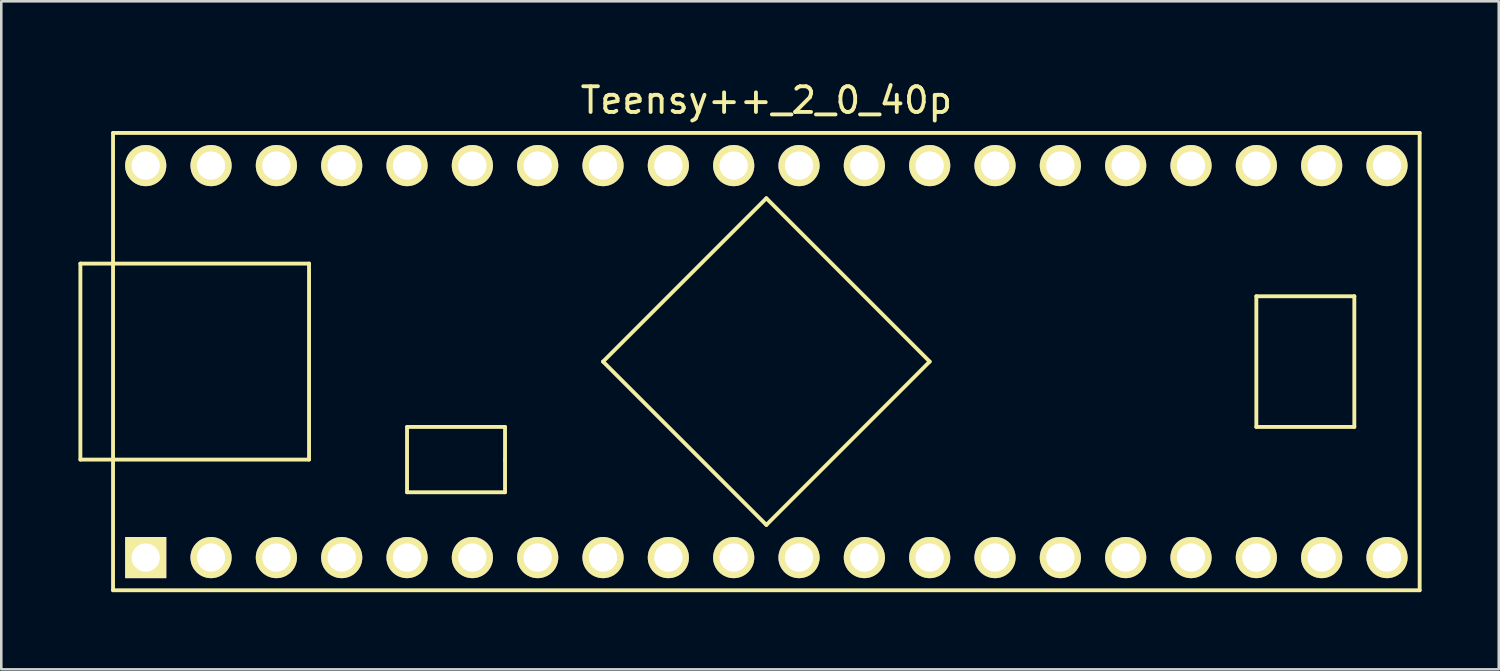
<source format=kicad_pcb>
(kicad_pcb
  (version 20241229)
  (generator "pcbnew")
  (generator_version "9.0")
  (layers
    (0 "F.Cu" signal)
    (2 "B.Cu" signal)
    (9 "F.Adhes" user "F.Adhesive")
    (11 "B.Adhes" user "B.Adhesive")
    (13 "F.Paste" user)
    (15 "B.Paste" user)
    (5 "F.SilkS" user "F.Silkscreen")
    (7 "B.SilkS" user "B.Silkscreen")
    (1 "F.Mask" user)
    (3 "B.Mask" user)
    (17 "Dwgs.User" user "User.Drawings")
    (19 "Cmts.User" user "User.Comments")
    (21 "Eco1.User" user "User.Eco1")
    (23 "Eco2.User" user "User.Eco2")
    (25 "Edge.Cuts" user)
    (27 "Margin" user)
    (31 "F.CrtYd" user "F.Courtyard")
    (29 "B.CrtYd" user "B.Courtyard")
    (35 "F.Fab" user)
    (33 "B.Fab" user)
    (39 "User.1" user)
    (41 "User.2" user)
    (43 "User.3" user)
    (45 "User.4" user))
  (footprint "Teensy++_2_0_40p"
    (layer "F.Cu")
    (at 26.745 11.008)
    (property "Reference" "Teensy++_2_0_40p" (at 0 -10.16 0) (layer "F.SilkS") (effects (font (size 1 1) (thickness 0.15))))
    (attr through_hole)
    (fp_line (start -26.67 -3.81) (end -26.67 3.81) (stroke (width 0.15) (type solid)) (layer "F.SilkS"))
    (fp_line (start -25.4 -8.89) (end 25.4 -8.89) (stroke (width 0.15) (type solid)) (layer "F.SilkS"))
    (fp_line (start -25.4 8.89) (end -25.4 -8.89) (stroke (width 0.15) (type solid)) (layer "F.SilkS"))
    (fp_line (start -17.78 -3.81) (end -26.67 -3.81) (stroke (width 0.15) (type solid)) (layer "F.SilkS"))
    (fp_line (start -17.78 3.81) (end -26.67 3.81) (stroke (width 0.15) (type solid)) (layer "F.SilkS"))
    (fp_line (start -17.78 3.81) (end -17.78 -3.81) (stroke (width 0.15) (type solid)) (layer "F.SilkS"))
    (fp_line (start -13.97 2.54) (end -13.97 5.08) (stroke (width 0.15) (type solid)) (layer "F.SilkS"))
    (fp_line (start -13.97 5.08) (end -10.16 5.08) (stroke (width 0.15) (type solid)) (layer "F.SilkS"))
    (fp_line (start -10.16 2.54) (end -13.97 2.54) (stroke (width 0.15) (type solid)) (layer "F.SilkS"))
    (fp_line (start -10.16 3.81) (end -10.16 2.54) (stroke (width 0.15) (type solid)) (layer "F.SilkS"))
    (fp_line (start -10.16 5.08) (end -10.16 3.81) (stroke (width 0.15) (type solid)) (layer "F.SilkS"))
    (fp_line (start -6.35 0) (end 0 -6.35) (stroke (width 0.15) (type solid)) (layer "F.SilkS"))
    (fp_line (start 0 -6.35) (end 6.35 0) (stroke (width 0.15) (type solid)) (layer "F.SilkS"))
    (fp_line (start 0 6.35) (end -6.35 0) (stroke (width 0.15) (type solid)) (layer "F.SilkS"))
    (fp_line (start 6.35 0) (end 0 6.35) (stroke (width 0.15) (type solid)) (layer "F.SilkS"))
    (fp_line (start 19.05 -2.54) (end 22.86 -2.54) (stroke (width 0.15) (type solid)) (layer "F.SilkS"))
    (fp_line (start 19.05 2.54) (end 19.05 -2.54) (stroke (width 0.15) (type solid)) (layer "F.SilkS"))
    (fp_line (start 22.86 -2.54) (end 22.86 2.54) (stroke (width 0.15) (type solid)) (layer "F.SilkS"))
    (fp_line (start 22.86 2.54) (end 19.05 2.54) (stroke (width 0.15) (type solid)) (layer "F.SilkS"))
    (fp_line (start 25.4 -8.89) (end 25.4 8.89) (stroke (width 0.15) (type solid)) (layer "F.SilkS"))
    (fp_line (start 25.4 8.89) (end -25.4 8.89) (stroke (width 0.15) (type solid)) (layer "F.SilkS"))
    (pad "1" thru_hole rect (at -24.13 7.62) (size 1.6 1.6) (drill 1.1) (layers "*.Cu" "*.Mask" "F.SilkS"))
    (pad "2" thru_hole circle (at -21.59 7.62) (size 1.6 1.6) (drill 1.1) (layers "*.Cu" "*.Mask" "F.SilkS"))
    (pad "3" thru_hole circle (at -19.05 7.62) (size 1.6 1.6) (drill 1.1) (layers "*.Cu" "*.Mask" "F.SilkS"))
    (pad "4" thru_hole circle (at -16.51 7.62) (size 1.6 1.6) (drill 1.1) (layers "*.Cu" "*.Mask" "F.SilkS"))
    (pad "5" thru_hole circle (at -13.97 7.62) (size 1.6 1.6) (drill 1.1) (layers "*.Cu" "*.Mask" "F.SilkS"))
    (pad "6" thru_hole circle (at -11.43 7.62) (size 1.6 1.6) (drill 1.1) (layers "*.Cu" "*.Mask" "F.SilkS"))
    (pad "7" thru_hole circle (at -8.89 7.62) (size 1.6 1.6) (drill 1.1) (layers "*.Cu" "*.Mask" "F.SilkS"))
    (pad "8" thru_hole circle (at -6.35 7.62) (size 1.6 1.6) (drill 1.1) (layers "*.Cu" "*.Mask" "F.SilkS"))
    (pad "9" thru_hole circle (at -3.81 7.62) (size 1.6 1.6) (drill 1.1) (layers "*.Cu" "*.Mask" "F.SilkS"))
    (pad "10" thru_hole circle (at -1.27 7.62) (size 1.6 1.6) (drill 1.1) (layers "*.Cu" "*.Mask" "F.SilkS"))
    (pad "11" thru_hole circle (at 1.27 7.62) (size 1.6 1.6) (drill 1.1) (layers "*.Cu" "*.Mask" "F.SilkS"))
    (pad "12" thru_hole circle (at 3.81 7.62) (size 1.6 1.6) (drill 1.1) (layers "*.Cu" "*.Mask" "F.SilkS"))
    (pad "13" thru_hole circle (at 6.35 7.62) (size 1.6 1.6) (drill 1.1) (layers "*.Cu" "*.Mask" "F.SilkS"))
    (pad "14" thru_hole circle (at 8.89 7.62) (size 1.6 1.6) (drill 1.1) (layers "*.Cu" "*.Mask" "F.SilkS"))
    (pad "15" thru_hole circle (at 11.43 7.62) (size 1.6 1.6) (drill 1.1) (layers "*.Cu" "*.Mask" "F.SilkS"))
    (pad "16" thru_hole circle (at 13.97 7.62) (size 1.6 1.6) (drill 1.1) (layers "*.Cu" "*.Mask" "F.SilkS"))
    (pad "17" thru_hole circle (at 16.51 7.62) (size 1.6 1.6) (drill 1.1) (layers "*.Cu" "*.Mask" "F.SilkS"))
    (pad "18" thru_hole circle (at 19.05 7.62) (size 1.6 1.6) (drill 1.1) (layers "*.Cu" "*.Mask" "F.SilkS"))
    (pad "19" thru_hole circle (at 21.59 7.62) (size 1.6 1.6) (drill 1.1) (layers "*.Cu" "*.Mask" "F.SilkS"))
    (pad "20" thru_hole circle (at 24.13 7.62) (size 1.6 1.6) (drill 1.1) (layers "*.Cu" "*.Mask" "F.SilkS"))
    (pad "21" thru_hole circle (at -24.13 -7.62) (size 1.6 1.6) (drill 1.1) (layers "*.Cu" "*.Mask" "F.SilkS"))
    (pad "22" thru_hole circle (at -21.59 -7.62) (size 1.6 1.6) (drill 1.1) (layers "*.Cu" "*.Mask" "F.SilkS"))
    (pad "23" thru_hole circle (at -19.05 -7.62) (size 1.6 1.6) (drill 1.1) (layers "*.Cu" "*.Mask" "F.SilkS"))
    (pad "24" thru_hole circle (at -16.51 -7.62) (size 1.6 1.6) (drill 1.1) (layers "*.Cu" "*.Mask" "F.SilkS"))
    (pad "25" thru_hole circle (at -13.97 -7.62) (size 1.6 1.6) (drill 1.1) (layers "*.Cu" "*.Mask" "F.SilkS"))
    (pad "26" thru_hole circle (at -11.43 -7.62) (size 1.6 1.6) (drill 1.1) (layers "*.Cu" "*.Mask" "F.SilkS"))
    (pad "27" thru_hole circle (at -8.89 -7.62) (size 1.6 1.6) (drill 1.1) (layers "*.Cu" "*.Mask" "F.SilkS"))
    (pad "28" thru_hole circle (at -6.35 -7.62) (size 1.6 1.6) (drill 1.1) (layers "*.Cu" "*.Mask" "F.SilkS"))
    (pad "29" thru_hole circle (at -3.81 -7.62) (size 1.6 1.6) (drill 1.1) (layers "*.Cu" "*.Mask" "F.SilkS"))
    (pad "30" thru_hole circle (at -1.27 -7.62) (size 1.6 1.6) (drill 1.1) (layers "*.Cu" "*.Mask" "F.SilkS"))
    (pad "31" thru_hole circle (at 1.27 -7.62) (size 1.6 1.6) (drill 1.1) (layers "*.Cu" "*.Mask" "F.SilkS"))
    (pad "32" thru_hole circle (at 3.81 -7.62) (size 1.6 1.6) (drill 1.1) (layers "*.Cu" "*.Mask" "F.SilkS"))
    (pad "33" thru_hole circle (at 6.35 -7.62) (size 1.6 1.6) (drill 1.1) (layers "*.Cu" "*.Mask" "F.SilkS"))
    (pad "34" thru_hole circle (at 8.89 -7.62) (size 1.6 1.6) (drill 1.1) (layers "*.Cu" "*.Mask" "F.SilkS"))
    (pad "35" thru_hole circle (at 11.43 -7.62) (size 1.6 1.6) (drill 1.1) (layers "*.Cu" "*.Mask" "F.SilkS"))
    (pad "36" thru_hole circle (at 13.97 -7.62) (size 1.6 1.6) (drill 1.1) (layers "*.Cu" "*.Mask" "F.SilkS"))
    (pad "37" thru_hole circle (at 16.51 -7.62) (size 1.6 1.6) (drill 1.1) (layers "*.Cu" "*.Mask" "F.SilkS"))
    (pad "38" thru_hole circle (at 19.05 -7.62) (size 1.6 1.6) (drill 1.1) (layers "*.Cu" "*.Mask" "F.SilkS"))
    (pad "39" thru_hole circle (at 21.59 -7.62) (size 1.6 1.6) (drill 1.1) (layers "*.Cu" "*.Mask" "F.SilkS"))
    (pad "40" thru_hole circle (at 24.13 -7.62) (size 1.6 1.6) (drill 1.1) (layers "*.Cu" "*.Mask" "F.SilkS")))
  (gr_rect
    (start -3 -3)
    (end 55.22 22.973)
    (stroke (width 0.1) (type default))
    (fill no)
    (layer "Edge.Cuts")))
</source>
